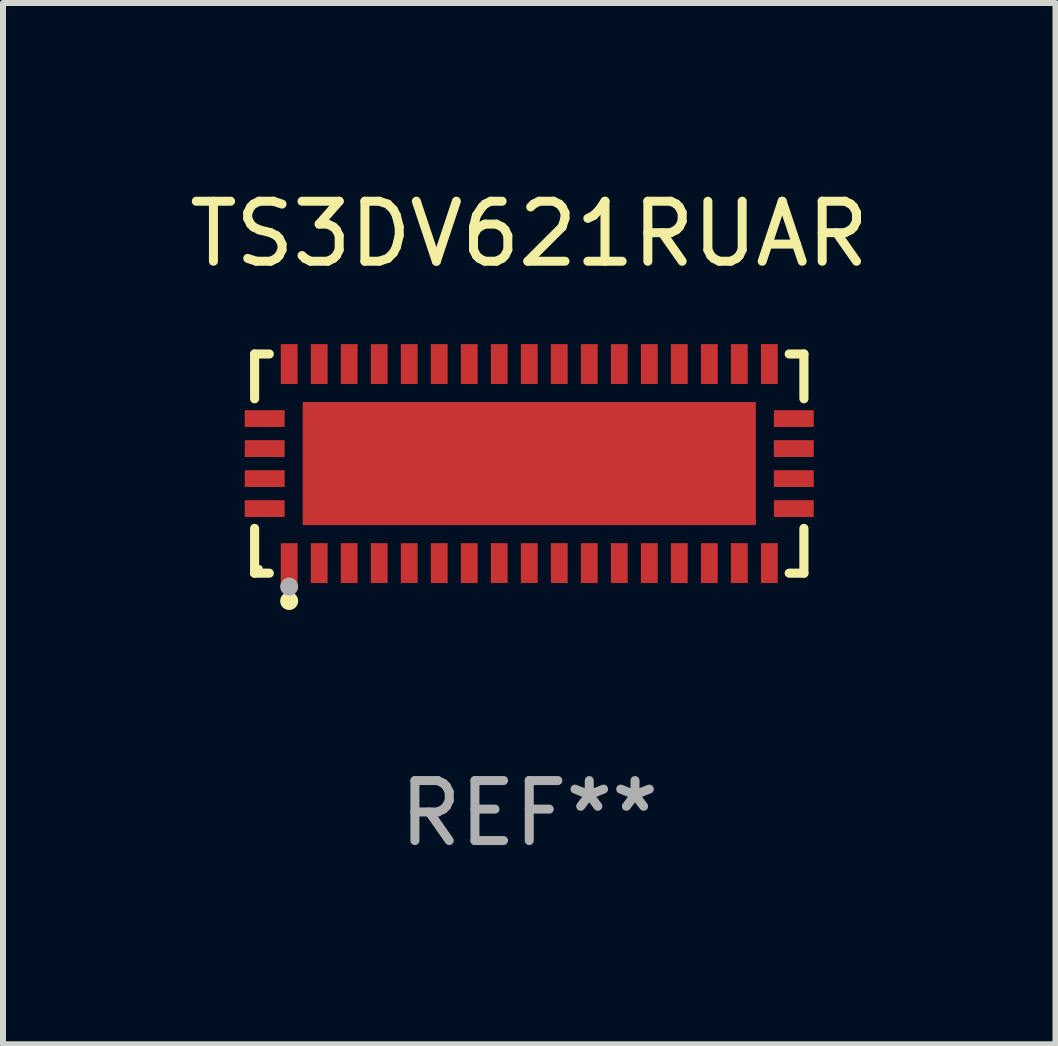
<source format=kicad_pcb>
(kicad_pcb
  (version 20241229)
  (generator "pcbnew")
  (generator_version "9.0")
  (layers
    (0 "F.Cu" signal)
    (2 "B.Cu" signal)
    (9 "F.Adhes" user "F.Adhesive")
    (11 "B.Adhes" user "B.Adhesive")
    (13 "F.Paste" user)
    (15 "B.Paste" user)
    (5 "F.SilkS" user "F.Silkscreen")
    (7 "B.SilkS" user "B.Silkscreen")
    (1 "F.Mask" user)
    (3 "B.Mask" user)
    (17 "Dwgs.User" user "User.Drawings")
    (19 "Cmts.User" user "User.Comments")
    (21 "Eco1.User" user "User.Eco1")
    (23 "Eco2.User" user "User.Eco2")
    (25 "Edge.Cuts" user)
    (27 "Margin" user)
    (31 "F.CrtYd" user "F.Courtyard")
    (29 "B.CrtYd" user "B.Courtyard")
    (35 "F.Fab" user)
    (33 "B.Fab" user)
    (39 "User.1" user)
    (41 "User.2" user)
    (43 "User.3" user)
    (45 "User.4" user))
  (footprint "TS3DV621RUAR"
    (layer "F.Cu")
    (at 5.768 4.674)
    (property "Reference" "TS3DV621RUAR" (at 0 -3.826 0) (layer "F.SilkS") (effects (font (size 1 1) (thickness 0.15))))
    (attr through_hole)
    (fp_line (start -4.576 -1.826) (end -4.331 -1.826) (stroke (width 0.152) (type solid)) (layer "F.SilkS"))
    (fp_line (start -4.576 -1.08) (end -4.576 -1.826) (stroke (width 0.152) (type solid)) (layer "F.SilkS"))
    (fp_line (start -4.576 1.08) (end -4.576 1.826) (stroke (width 0.152) (type solid)) (layer "F.SilkS"))
    (fp_line (start -4.576 1.826) (end -4.331 1.826) (stroke (width 0.152) (type solid)) (layer "F.SilkS"))
    (fp_line (start 4.576 -1.826) (end 4.331 -1.826) (stroke (width 0.152) (type solid)) (layer "F.SilkS"))
    (fp_line (start 4.576 -1.08) (end 4.576 -1.826) (stroke (width 0.152) (type solid)) (layer "F.SilkS"))
    (fp_line (start 4.576 1.08) (end 4.576 1.826) (stroke (width 0.152) (type solid)) (layer "F.SilkS"))
    (fp_line (start 4.576 1.826) (end 4.331 1.826) (stroke (width 0.152) (type solid)) (layer "F.SilkS"))
    (fp_circle (center -4.5 1.75) (end -4.47 1.75) (stroke (width 0.06) (type solid)) (fill no) (layer "F.SilkS"))
    (fp_circle (center -4 2.29) (end -3.925 2.29) (stroke (width 0.15) (type solid)) (fill no) (layer "F.SilkS"))
    (fp_circle (center -4 2.05) (end -3.925 2.05) (stroke (width 0.15) (type solid)) (fill no) (layer "F.Fab"))
    (fp_text user "REF**" (at 0 5.826 0) (layer "F.Fab") (effects (font (size 1 1) (thickness 0.15))))
    (pad "1" smd rect (at -4 1.658) (size 0.28 0.665) (layers "F.Cu" "F.Mask" "F.Paste"))
    (pad "2" smd rect (at -3.5 1.658) (size 0.28 0.665) (layers "F.Cu" "F.Mask" "F.Paste"))
    (pad "3" smd rect (at -3 1.658) (size 0.28 0.665) (layers "F.Cu" "F.Mask" "F.Paste"))
    (pad "4" smd rect (at -2.5 1.658) (size 0.28 0.665) (layers "F.Cu" "F.Mask" "F.Paste"))
    (pad "5" smd rect (at -2 1.658) (size 0.28 0.665) (layers "F.Cu" "F.Mask" "F.Paste"))
    (pad "6" smd rect (at -1.5 1.658) (size 0.28 0.665) (layers "F.Cu" "F.Mask" "F.Paste"))
    (pad "7" smd rect (at -1 1.658) (size 0.28 0.665) (layers "F.Cu" "F.Mask" "F.Paste"))
    (pad "8" smd rect (at -0.5 1.658) (size 0.28 0.665) (layers "F.Cu" "F.Mask" "F.Paste"))
    (pad "9" smd rect (at 0 1.658) (size 0.28 0.665) (layers "F.Cu" "F.Mask" "F.Paste"))
    (pad "10" smd rect (at 0.5 1.658) (size 0.28 0.665) (layers "F.Cu" "F.Mask" "F.Paste"))
    (pad "11" smd rect (at 1 1.658) (size 0.28 0.665) (layers "F.Cu" "F.Mask" "F.Paste"))
    (pad "12" smd rect (at 1.5 1.658) (size 0.28 0.665) (layers "F.Cu" "F.Mask" "F.Paste"))
    (pad "13" smd rect (at 2 1.658) (size 0.28 0.665) (layers "F.Cu" "F.Mask" "F.Paste"))
    (pad "14" smd rect (at 2.5 1.658) (size 0.28 0.665) (layers "F.Cu" "F.Mask" "F.Paste"))
    (pad "15" smd rect (at 3 1.658) (size 0.28 0.665) (layers "F.Cu" "F.Mask" "F.Paste"))
    (pad "16" smd rect (at 3.5 1.658) (size 0.28 0.665) (layers "F.Cu" "F.Mask" "F.Paste"))
    (pad "17" smd rect (at 4 1.658) (size 0.28 0.665) (layers "F.Cu" "F.Mask" "F.Paste"))
    (pad "18" smd rect (at 4.408 0.75) (size 0.665 0.28) (layers "F.Cu" "F.Mask" "F.Paste"))
    (pad "19" smd rect (at 4.408 0.25) (size 0.665 0.28) (layers "F.Cu" "F.Mask" "F.Paste"))
    (pad "20" smd rect (at 4.408 -0.25) (size 0.665 0.28) (layers "F.Cu" "F.Mask" "F.Paste"))
    (pad "21" smd rect (at 4.408 -0.75) (size 0.665 0.28) (layers "F.Cu" "F.Mask" "F.Paste"))
    (pad "22" smd rect (at 4 -1.658) (size 0.28 0.665) (layers "F.Cu" "F.Mask" "F.Paste"))
    (pad "23" smd rect (at 3.5 -1.658) (size 0.28 0.665) (layers "F.Cu" "F.Mask" "F.Paste"))
    (pad "24" smd rect (at 3 -1.658) (size 0.28 0.665) (layers "F.Cu" "F.Mask" "F.Paste"))
    (pad "25" smd rect (at 2.5 -1.658) (size 0.28 0.665) (layers "F.Cu" "F.Mask" "F.Paste"))
    (pad "26" smd rect (at 2 -1.658) (size 0.28 0.665) (layers "F.Cu" "F.Mask" "F.Paste"))
    (pad "27" smd rect (at 1.5 -1.658) (size 0.28 0.665) (layers "F.Cu" "F.Mask" "F.Paste"))
    (pad "28" smd rect (at 1 -1.658) (size 0.28 0.665) (layers "F.Cu" "F.Mask" "F.Paste"))
    (pad "29" smd rect (at 0.5 -1.658) (size 0.28 0.665) (layers "F.Cu" "F.Mask" "F.Paste"))
    (pad "30" smd rect (at 0 -1.658) (size 0.28 0.665) (layers "F.Cu" "F.Mask" "F.Paste"))
    (pad "31" smd rect (at -0.5 -1.658) (size 0.28 0.665) (layers "F.Cu" "F.Mask" "F.Paste"))
    (pad "32" smd rect (at -1 -1.658) (size 0.28 0.665) (layers "F.Cu" "F.Mask" "F.Paste"))
    (pad "33" smd rect (at -1.5 -1.658) (size 0.28 0.665) (layers "F.Cu" "F.Mask" "F.Paste"))
    (pad "34" smd rect (at -2 -1.658) (size 0.28 0.665) (layers "F.Cu" "F.Mask" "F.Paste"))
    (pad "35" smd rect (at -2.5 -1.658) (size 0.28 0.665) (layers "F.Cu" "F.Mask" "F.Paste"))
    (pad "36" smd rect (at -3 -1.658) (size 0.28 0.665) (layers "F.Cu" "F.Mask" "F.Paste"))
    (pad "37" smd rect (at -3.5 -1.658) (size 0.28 0.665) (layers "F.Cu" "F.Mask" "F.Paste"))
    (pad "38" smd rect (at -4 -1.658) (size 0.28 0.665) (layers "F.Cu" "F.Mask" "F.Paste"))
    (pad "39" smd rect (at -4.408 -0.75) (size 0.665 0.28) (layers "F.Cu" "F.Mask" "F.Paste"))
    (pad "40" smd rect (at -4.408 -0.25) (size 0.665 0.28) (layers "F.Cu" "F.Mask" "F.Paste"))
    (pad "41" smd rect (at -4.408 0.25) (size 0.665 0.28) (layers "F.Cu" "F.Mask" "F.Paste"))
    (pad "42" smd rect (at -4.408 0.75) (size 0.665 0.28) (layers "F.Cu" "F.Mask" "F.Paste"))
    (pad "43" smd rect (at 0 0) (size 7.55 2.05) (layers "F.Cu" "F.Mask" "F.Paste")))
  (gr_rect
    (start -3 -3)
    (end 14.536 14.349)
    (stroke (width 0.1) (type default))
    (fill no)
    (layer "Edge.Cuts")))
</source>
